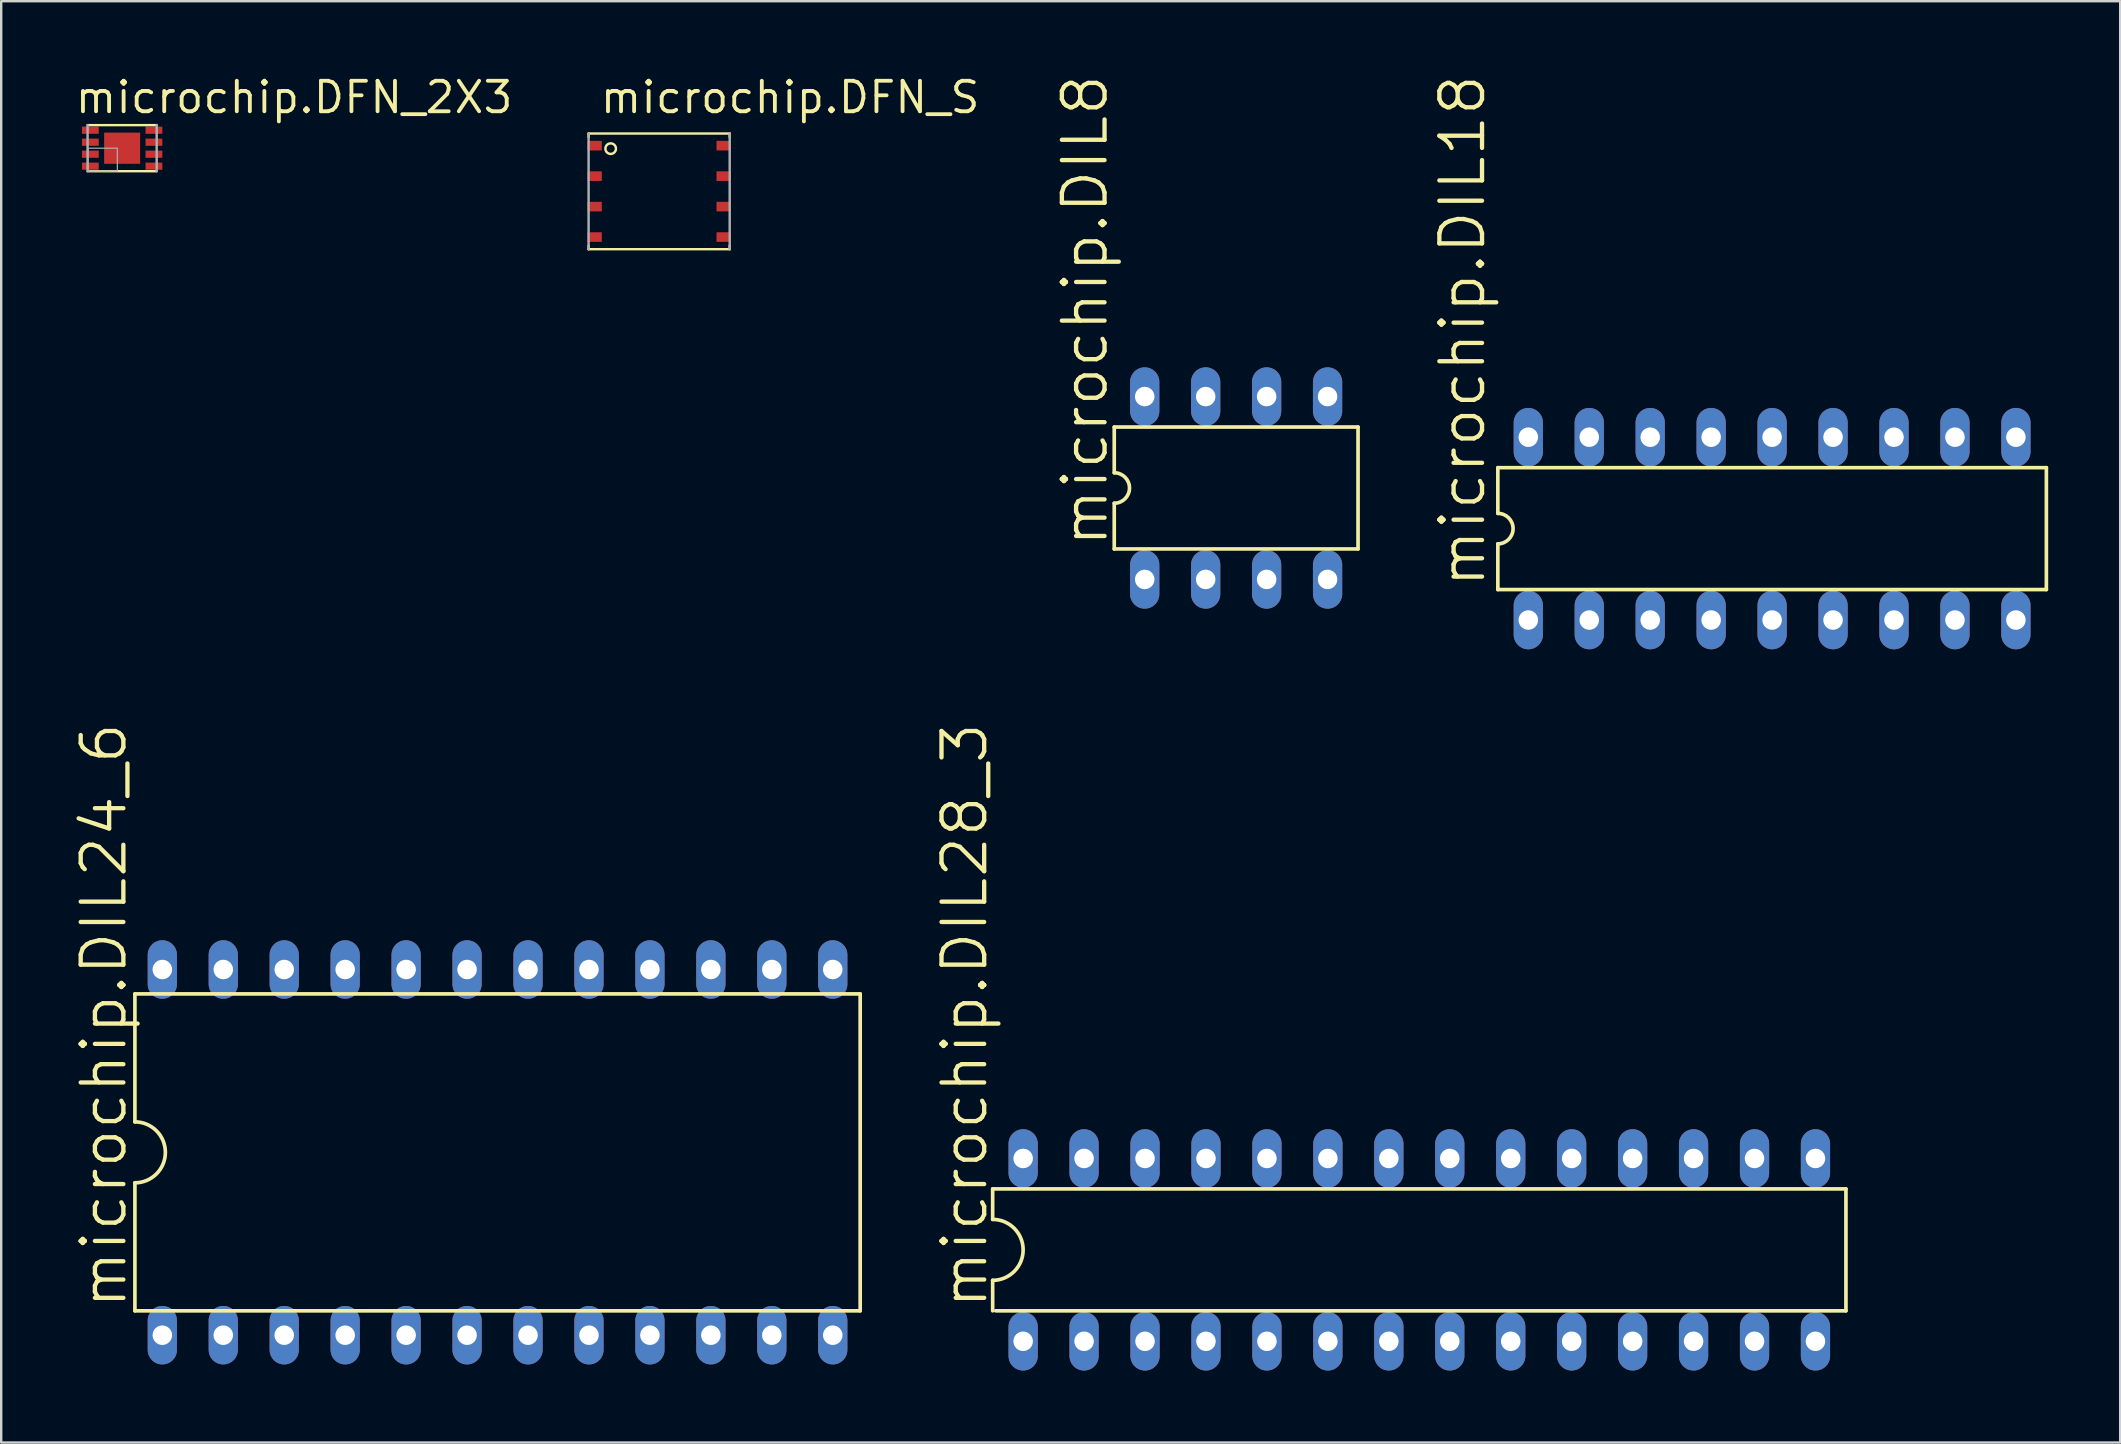
<source format=kicad_pcb>
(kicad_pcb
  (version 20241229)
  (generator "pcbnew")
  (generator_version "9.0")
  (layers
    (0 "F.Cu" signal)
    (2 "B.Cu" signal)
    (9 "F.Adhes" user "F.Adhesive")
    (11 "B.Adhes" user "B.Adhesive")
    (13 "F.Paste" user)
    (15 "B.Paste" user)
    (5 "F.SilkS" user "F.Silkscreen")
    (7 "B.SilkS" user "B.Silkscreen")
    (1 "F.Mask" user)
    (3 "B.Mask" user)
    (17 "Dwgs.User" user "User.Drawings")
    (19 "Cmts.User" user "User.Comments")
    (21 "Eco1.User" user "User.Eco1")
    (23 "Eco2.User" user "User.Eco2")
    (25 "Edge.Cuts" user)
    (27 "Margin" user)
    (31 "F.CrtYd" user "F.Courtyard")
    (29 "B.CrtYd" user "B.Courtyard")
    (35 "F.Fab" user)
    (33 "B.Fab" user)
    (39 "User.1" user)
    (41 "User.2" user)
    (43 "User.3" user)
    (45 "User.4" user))
  (footprint "microchip.DIL8"
    (layer "F.Cu")
    (at 48.466 17.287)
    (property "Reference" "microchip.DIL8" (at -5.258 2.54 90) (layer "F.SilkS") (effects (font (size 1.778 1.778) (thickness 0.18)) (justify left bottom)))
    (attr through_hole)
    (fp_line (start -5.08 -2.54) (end -5.08 -0.635) (stroke (width 0.152) (type default)) (layer "F.SilkS"))
    (fp_line (start -5.08 -2.54) (end 5.08 -2.54) (stroke (width 0.152) (type default)) (layer "F.SilkS"))
    (fp_line (start -5.08 0.635) (end -5.08 2.54) (stroke (width 0.152) (type default)) (layer "F.SilkS"))
    (fp_line (start 5.08 2.54) (end -5.08 2.54) (stroke (width 0.152) (type default)) (layer "F.SilkS"))
    (fp_line (start 5.08 2.54) (end 5.08 -2.54) (stroke (width 0.152) (type default)) (layer "F.SilkS"))
    (fp_arc (start -5.08 -0.635) (mid -4.445 0) (end -5.08 0.635) (stroke (width 0.1524) (type default)) (layer "F.SilkS"))
    (pad "1" thru_hole oval (at -3.81 3.81 90) (size 2.438 1.219) (drill 0.813) (layers "*.Cu" "*.Mask"))
    (pad "2" thru_hole oval (at -1.27 3.81 90) (size 2.438 1.219) (drill 0.813) (layers "*.Cu" "*.Mask"))
    (pad "3" thru_hole oval (at 1.27 3.81 90) (size 2.438 1.219) (drill 0.813) (layers "*.Cu" "*.Mask"))
    (pad "4" thru_hole oval (at 3.81 3.81 90) (size 2.438 1.219) (drill 0.813) (layers "*.Cu" "*.Mask"))
    (pad "5" thru_hole oval (at 3.81 -3.81 90) (size 2.438 1.219) (drill 0.813) (layers "*.Cu" "*.Mask"))
    (pad "6" thru_hole oval (at 1.27 -3.81 90) (size 2.438 1.219) (drill 0.813) (layers "*.Cu" "*.Mask"))
    (pad "7" thru_hole oval (at -1.27 -3.81 90) (size 2.438 1.219) (drill 0.813) (layers "*.Cu" "*.Mask"))
    (pad "8" thru_hole oval (at -3.81 -3.81 90) (size 2.438 1.219) (drill 0.813) (layers "*.Cu" "*.Mask")))
  (footprint "microchip.DFN_2X3"
    (layer "F.Cu")
    (at 2.04 3.125)
    (property "Reference" "microchip.DFN_2X3" (at -2.04 -1.375 0) (layer "F.SilkS") (effects (font (size 1.27 1.27) (thickness 0.16)) (justify left bottom)))
    (attr smd)
    (fp_rect (start -1.725 -0.55) (end -0.925 -0.95) (stroke (width 0.05) (type default)) (fill yes) (layer "F.Mask"))
    (fp_rect (start -1.725 -0.05) (end -0.925 -0.45) (stroke (width 0.05) (type default)) (fill yes) (layer "F.Mask"))
    (fp_rect (start -1.725 0.45) (end -0.925 0.05) (stroke (width 0.05) (type default)) (fill yes) (layer "F.Mask"))
    (fp_rect (start -1.725 0.95) (end -0.925 0.55) (stroke (width 0.05) (type default)) (fill yes) (layer "F.Mask"))
    (fp_rect (start -0.8 0.7) (end 0.8 -0.7) (stroke (width 0.05) (type default)) (fill yes) (layer "F.Mask"))
    (fp_rect (start 0.925 -0.55) (end 1.725 -0.95) (stroke (width 0.05) (type default)) (fill yes) (layer "F.Mask"))
    (fp_rect (start 0.925 -0.05) (end 1.725 -0.45) (stroke (width 0.05) (type default)) (fill yes) (layer "F.Mask"))
    (fp_rect (start 0.925 0.45) (end 1.725 0.05) (stroke (width 0.05) (type default)) (fill yes) (layer "F.Mask"))
    (fp_rect (start 0.925 0.95) (end 1.725 0.55) (stroke (width 0.05) (type default)) (fill yes) (layer "F.Mask"))
    (fp_line (start -1.44 -0.96) (end 1.44 -0.96) (stroke (width 0.102) (type default)) (layer "F.SilkS"))
    (fp_line (start 1.44 0.96) (end -1.44 0.96) (stroke (width 0.102) (type default)) (layer "F.SilkS"))
    (fp_rect (start -1.65 -0.6) (end -1 -0.9) (stroke (width 0.05) (type default)) (fill yes) (layer "F.Paste"))
    (fp_rect (start -1.65 -0.1) (end -1 -0.4) (stroke (width 0.05) (type default)) (fill yes) (layer "F.Paste"))
    (fp_rect (start -1.65 0.4) (end -1 0.1) (stroke (width 0.05) (type default)) (fill yes) (layer "F.Paste"))
    (fp_rect (start -1.65 0.9) (end -1 0.6) (stroke (width 0.05) (type default)) (fill yes) (layer "F.Paste"))
    (fp_rect (start -0.725 0.625) (end 0.725 -0.625) (stroke (width 0.05) (type default)) (fill yes) (layer "F.Paste"))
    (fp_rect (start 1 -0.6) (end 1.65 -0.9) (stroke (width 0.05) (type default)) (fill yes) (layer "F.Paste"))
    (fp_rect (start 1 -0.1) (end 1.65 -0.4) (stroke (width 0.05) (type default)) (fill yes) (layer "F.Paste"))
    (fp_rect (start 1 0.4) (end 1.65 0.1) (stroke (width 0.05) (type default)) (fill yes) (layer "F.Paste"))
    (fp_rect (start 1 0.9) (end 1.65 0.6) (stroke (width 0.05) (type default)) (fill yes) (layer "F.Paste"))
    (fp_line (start -1.44 -0.96) (end -1.44 0.96) (stroke (width 0.102) (type default)) (layer "F.Fab"))
    (fp_line (start 1.44 0.96) (end 1.44 -0.96) (stroke (width 0.102) (type default)) (layer "F.Fab"))
    (fp_rect (start -1.425 0.95) (end -0.2 0) (stroke (width 0.05) (type default)) (fill no) (layer "F.Fab"))
    (pad "1" smd roundrect (at -1.325 -0.75) (size 0.7 0.3) (layers "F.Cu" "F.Mask" "F.Paste") (roundrect_rratio 0.01))
    (pad "2" smd roundrect (at -1.325 -0.25) (size 0.7 0.3) (layers "F.Cu" "F.Mask" "F.Paste") (roundrect_rratio 0.01))
    (pad "3" smd roundrect (at -1.325 0.25) (size 0.7 0.3) (layers "F.Cu" "F.Mask" "F.Paste") (roundrect_rratio 0.01))
    (pad "4" smd roundrect (at -1.325 0.75) (size 0.7 0.3) (layers "F.Cu" "F.Mask" "F.Paste") (roundrect_rratio 0.01))
    (pad "5" smd roundrect (at 1.325 0.75) (size 0.7 0.3) (layers "F.Cu" "F.Mask" "F.Paste") (roundrect_rratio 0.01))
    (pad "6" smd roundrect (at 1.325 0.25) (size 0.7 0.3) (layers "F.Cu" "F.Mask" "F.Paste") (roundrect_rratio 0.01))
    (pad "7" smd roundrect (at 1.325 -0.25) (size 0.7 0.3) (layers "F.Cu" "F.Mask" "F.Paste") (roundrect_rratio 0.01))
    (pad "8" smd roundrect (at 1.325 -0.75) (size 0.7 0.3) (layers "F.Cu" "F.Mask" "F.Paste") (roundrect_rratio 0.01))
    (pad "EXP" smd roundrect (at 0 0 90) (size 1.3 1.5) (layers "F.Cu" "F.Mask" "F.Paste") (roundrect_rratio 0.01)))
  (footprint "microchip.DIL28_3"
    (layer "F.Cu")
    (at 56.099 49.038)
    (property "Reference" "microchip.DIL28_3" (at -17.907 2.54 90) (layer "F.SilkS") (effects (font (size 1.778 1.778) (thickness 0.18)) (justify left bottom)))
    (attr through_hole)
    (fp_line (start -17.78 -2.54) (end -17.78 -1.27) (stroke (width 0.152) (type default)) (layer "F.SilkS"))
    (fp_line (start -17.78 -2.54) (end 17.78 -2.54) (stroke (width 0.152) (type default)) (layer "F.SilkS"))
    (fp_line (start -17.78 1.27) (end -17.78 2.54) (stroke (width 0.152) (type default)) (layer "F.SilkS"))
    (fp_line (start -17.653 2.54) (end 17.78 2.54) (stroke (width 0.152) (type default)) (layer "F.SilkS"))
    (fp_line (start 17.78 2.54) (end 17.78 -2.54) (stroke (width 0.152) (type default)) (layer "F.SilkS"))
    (fp_arc (start -17.78 -1.27) (mid -16.51 0) (end -17.78 1.27) (stroke (width 0.1524) (type default)) (layer "F.SilkS"))
    (pad "1" thru_hole oval (at -16.51 3.81 90) (size 2.438 1.219) (drill 0.813) (layers "*.Cu" "*.Mask"))
    (pad "2" thru_hole oval (at -13.97 3.81 90) (size 2.438 1.219) (drill 0.813) (layers "*.Cu" "*.Mask"))
    (pad "3" thru_hole oval (at -11.43 3.81 90) (size 2.438 1.219) (drill 0.813) (layers "*.Cu" "*.Mask"))
    (pad "4" thru_hole oval (at -8.89 3.81 90) (size 2.438 1.219) (drill 0.813) (layers "*.Cu" "*.Mask"))
    (pad "5" thru_hole oval (at -6.35 3.81 90) (size 2.438 1.219) (drill 0.813) (layers "*.Cu" "*.Mask"))
    (pad "6" thru_hole oval (at -3.81 3.81 90) (size 2.438 1.219) (drill 0.813) (layers "*.Cu" "*.Mask"))
    (pad "7" thru_hole oval (at -1.27 3.81 90) (size 2.438 1.219) (drill 0.813) (layers "*.Cu" "*.Mask"))
    (pad "8" thru_hole oval (at 1.27 3.81 90) (size 2.438 1.219) (drill 0.813) (layers "*.Cu" "*.Mask"))
    (pad "9" thru_hole oval (at 3.81 3.81 90) (size 2.438 1.219) (drill 0.813) (layers "*.Cu" "*.Mask"))
    (pad "10" thru_hole oval (at 6.35 3.81 90) (size 2.438 1.219) (drill 0.813) (layers "*.Cu" "*.Mask"))
    (pad "11" thru_hole oval (at 8.89 3.81 90) (size 2.438 1.219) (drill 0.813) (layers "*.Cu" "*.Mask"))
    (pad "12" thru_hole oval (at 11.43 3.81 90) (size 2.438 1.219) (drill 0.813) (layers "*.Cu" "*.Mask"))
    (pad "13" thru_hole oval (at 13.97 3.81 90) (size 2.438 1.219) (drill 0.813) (layers "*.Cu" "*.Mask"))
    (pad "14" thru_hole oval (at 16.51 3.81 90) (size 2.438 1.219) (drill 0.813) (layers "*.Cu" "*.Mask"))
    (pad "15" thru_hole oval (at 16.51 -3.81 90) (size 2.438 1.219) (drill 0.813) (layers "*.Cu" "*.Mask"))
    (pad "16" thru_hole oval (at 13.97 -3.81 90) (size 2.438 1.219) (drill 0.813) (layers "*.Cu" "*.Mask"))
    (pad "17" thru_hole oval (at 11.43 -3.81 90) (size 2.438 1.219) (drill 0.813) (layers "*.Cu" "*.Mask"))
    (pad "18" thru_hole oval (at 8.89 -3.81 90) (size 2.438 1.219) (drill 0.813) (layers "*.Cu" "*.Mask"))
    (pad "19" thru_hole oval (at 6.35 -3.81 90) (size 2.438 1.219) (drill 0.813) (layers "*.Cu" "*.Mask"))
    (pad "20" thru_hole oval (at 3.81 -3.81 90) (size 2.438 1.219) (drill 0.813) (layers "*.Cu" "*.Mask"))
    (pad "21" thru_hole oval (at 1.27 -3.81 90) (size 2.438 1.219) (drill 0.813) (layers "*.Cu" "*.Mask"))
    (pad "22" thru_hole oval (at -1.27 -3.81 90) (size 2.438 1.219) (drill 0.813) (layers "*.Cu" "*.Mask"))
    (pad "23" thru_hole oval (at -3.81 -3.81 90) (size 2.438 1.219) (drill 0.813) (layers "*.Cu" "*.Mask"))
    (pad "24" thru_hole oval (at -6.35 -3.81 90) (size 2.438 1.219) (drill 0.813) (layers "*.Cu" "*.Mask"))
    (pad "25" thru_hole oval (at -8.89 -3.81 90) (size 2.438 1.219) (drill 0.813) (layers "*.Cu" "*.Mask"))
    (pad "26" thru_hole oval (at -11.43 -3.81 90) (size 2.438 1.219) (drill 0.813) (layers "*.Cu" "*.Mask"))
    (pad "27" thru_hole oval (at -13.97 -3.81 90) (size 2.438 1.219) (drill 0.813) (layers "*.Cu" "*.Mask"))
    (pad "28" thru_hole oval (at -16.51 -3.81 90) (size 2.438 1.219) (drill 0.813) (layers "*.Cu" "*.Mask")))
  (footprint "microchip.DIL18"
    (layer "F.Cu")
    (at 70.802 18.98)
    (property "Reference" "microchip.DIL18" (at -11.862 2.54 90) (layer "F.SilkS") (effects (font (size 1.778 1.778) (thickness 0.18)) (justify left bottom)))
    (attr through_hole)
    (fp_line (start -11.43 -2.54) (end -11.43 -0.635) (stroke (width 0.152) (type default)) (layer "F.SilkS"))
    (fp_line (start -11.43 -2.54) (end 11.43 -2.54) (stroke (width 0.152) (type default)) (layer "F.SilkS"))
    (fp_line (start -11.43 0.635) (end -11.43 2.54) (stroke (width 0.152) (type default)) (layer "F.SilkS"))
    (fp_line (start 11.43 2.54) (end -11.43 2.54) (stroke (width 0.152) (type default)) (layer "F.SilkS"))
    (fp_line (start 11.43 2.54) (end 11.43 -2.54) (stroke (width 0.152) (type default)) (layer "F.SilkS"))
    (fp_arc (start -11.43 -0.635) (mid -10.795 0) (end -11.43 0.635) (stroke (width 0.1524) (type default)) (layer "F.SilkS"))
    (pad "1" thru_hole oval (at -10.16 3.81 90) (size 2.438 1.219) (drill 0.813) (layers "*.Cu" "*.Mask"))
    (pad "2" thru_hole oval (at -7.62 3.81 90) (size 2.438 1.219) (drill 0.813) (layers "*.Cu" "*.Mask"))
    (pad "3" thru_hole oval (at -5.08 3.81 90) (size 2.438 1.219) (drill 0.813) (layers "*.Cu" "*.Mask"))
    (pad "4" thru_hole oval (at -2.54 3.81 90) (size 2.438 1.219) (drill 0.813) (layers "*.Cu" "*.Mask"))
    (pad "5" thru_hole oval (at 0 3.81 90) (size 2.438 1.219) (drill 0.813) (layers "*.Cu" "*.Mask"))
    (pad "6" thru_hole oval (at 2.54 3.81 90) (size 2.438 1.219) (drill 0.813) (layers "*.Cu" "*.Mask"))
    (pad "7" thru_hole oval (at 5.08 3.81 90) (size 2.438 1.219) (drill 0.813) (layers "*.Cu" "*.Mask"))
    (pad "8" thru_hole oval (at 7.62 3.81 90) (size 2.438 1.219) (drill 0.813) (layers "*.Cu" "*.Mask"))
    (pad "9" thru_hole oval (at 10.16 3.81 90) (size 2.438 1.219) (drill 0.813) (layers "*.Cu" "*.Mask"))
    (pad "10" thru_hole oval (at 10.16 -3.81 90) (size 2.438 1.219) (drill 0.813) (layers "*.Cu" "*.Mask"))
    (pad "11" thru_hole oval (at 7.62 -3.81 90) (size 2.438 1.219) (drill 0.813) (layers "*.Cu" "*.Mask"))
    (pad "12" thru_hole oval (at 5.08 -3.81 90) (size 2.438 1.219) (drill 0.813) (layers "*.Cu" "*.Mask"))
    (pad "13" thru_hole oval (at 2.54 -3.81 90) (size 2.438 1.219) (drill 0.813) (layers "*.Cu" "*.Mask"))
    (pad "14" thru_hole oval (at 0 -3.81 90) (size 2.438 1.219) (drill 0.813) (layers "*.Cu" "*.Mask"))
    (pad "15" thru_hole oval (at -2.54 -3.81 90) (size 2.438 1.219) (drill 0.813) (layers "*.Cu" "*.Mask"))
    (pad "16" thru_hole oval (at -5.08 -3.81 90) (size 2.438 1.219) (drill 0.813) (layers "*.Cu" "*.Mask"))
    (pad "17" thru_hole oval (at -7.62 -3.81 90) (size 2.438 1.219) (drill 0.813) (layers "*.Cu" "*.Mask"))
    (pad "18" thru_hole oval (at -10.16 -3.81 90) (size 2.438 1.219) (drill 0.813) (layers "*.Cu" "*.Mask")))
  (footprint "microchip.DIL24_6"
    (layer "F.Cu")
    (at 17.685 44.974)
    (property "Reference" "microchip.DIL24_6" (at -15.367 6.604 90) (layer "F.SilkS") (effects (font (size 1.778 1.778) (thickness 0.18)) (justify left bottom)))
    (attr through_hole)
    (fp_line (start -15.113 -6.604) (end -15.113 -1.27) (stroke (width 0.152) (type default)) (layer "F.SilkS"))
    (fp_line (start -15.113 -6.604) (end 15.113 -6.604) (stroke (width 0.152) (type default)) (layer "F.SilkS"))
    (fp_line (start -15.113 1.27) (end -15.113 6.604) (stroke (width 0.152) (type default)) (layer "F.SilkS"))
    (fp_line (start -15.113 6.604) (end 15.113 6.604) (stroke (width 0.152) (type default)) (layer "F.SilkS"))
    (fp_line (start 15.113 6.604) (end 15.113 -6.604) (stroke (width 0.152) (type default)) (layer "F.SilkS"))
    (fp_arc (start -15.113 -1.27) (mid -13.843 0) (end -15.113 1.27) (stroke (width 0.1524) (type default)) (layer "F.SilkS"))
    (pad "1" thru_hole oval (at -13.97 7.62 90) (size 2.438 1.219) (drill 0.813) (layers "*.Cu" "*.Mask"))
    (pad "2" thru_hole oval (at -11.43 7.62 90) (size 2.438 1.219) (drill 0.813) (layers "*.Cu" "*.Mask"))
    (pad "3" thru_hole oval (at -8.89 7.62 90) (size 2.438 1.219) (drill 0.813) (layers "*.Cu" "*.Mask"))
    (pad "4" thru_hole oval (at -6.35 7.62 90) (size 2.438 1.219) (drill 0.813) (layers "*.Cu" "*.Mask"))
    (pad "5" thru_hole oval (at -3.81 7.62 90) (size 2.438 1.219) (drill 0.813) (layers "*.Cu" "*.Mask"))
    (pad "6" thru_hole oval (at -1.27 7.62 90) (size 2.438 1.219) (drill 0.813) (layers "*.Cu" "*.Mask"))
    (pad "7" thru_hole oval (at 1.27 7.62 90) (size 2.438 1.219) (drill 0.813) (layers "*.Cu" "*.Mask"))
    (pad "8" thru_hole oval (at 3.81 7.62 90) (size 2.438 1.219) (drill 0.813) (layers "*.Cu" "*.Mask"))
    (pad "9" thru_hole oval (at 6.35 7.62 90) (size 2.438 1.219) (drill 0.813) (layers "*.Cu" "*.Mask"))
    (pad "10" thru_hole oval (at 8.89 7.62 90) (size 2.438 1.219) (drill 0.813) (layers "*.Cu" "*.Mask"))
    (pad "11" thru_hole oval (at 11.43 7.62 90) (size 2.438 1.219) (drill 0.813) (layers "*.Cu" "*.Mask"))
    (pad "12" thru_hole oval (at 13.97 7.62 90) (size 2.438 1.219) (drill 0.813) (layers "*.Cu" "*.Mask"))
    (pad "13" thru_hole oval (at 13.97 -7.62 90) (size 2.438 1.219) (drill 0.813) (layers "*.Cu" "*.Mask"))
    (pad "14" thru_hole oval (at 11.43 -7.62 90) (size 2.438 1.219) (drill 0.813) (layers "*.Cu" "*.Mask"))
    (pad "15" thru_hole oval (at 8.89 -7.62 90) (size 2.438 1.219) (drill 0.813) (layers "*.Cu" "*.Mask"))
    (pad "16" thru_hole oval (at 6.35 -7.62 90) (size 2.438 1.219) (drill 0.813) (layers "*.Cu" "*.Mask"))
    (pad "17" thru_hole oval (at 3.81 -7.62 90) (size 2.438 1.219) (drill 0.813) (layers "*.Cu" "*.Mask"))
    (pad "18" thru_hole oval (at 1.27 -7.62 90) (size 2.438 1.219) (drill 0.813) (layers "*.Cu" "*.Mask"))
    (pad "19" thru_hole oval (at -1.27 -7.62 90) (size 2.438 1.219) (drill 0.813) (layers "*.Cu" "*.Mask"))
    (pad "20" thru_hole oval (at -3.81 -7.62 90) (size 2.438 1.219) (drill 0.813) (layers "*.Cu" "*.Mask"))
    (pad "21" thru_hole oval (at -6.35 -7.62 90) (size 2.438 1.219) (drill 0.813) (layers "*.Cu" "*.Mask"))
    (pad "22" thru_hole oval (at -8.89 -7.62 90) (size 2.438 1.219) (drill 0.813) (layers "*.Cu" "*.Mask"))
    (pad "23" thru_hole oval (at -11.43 -7.62 90) (size 2.438 1.219) (drill 0.813) (layers "*.Cu" "*.Mask"))
    (pad "24" thru_hole oval (at -13.97 -7.62 90) (size 2.438 1.219) (drill 0.813) (layers "*.Cu" "*.Mask")))
  (footprint "microchip.DFN_S"
    (layer "F.Cu")
    (at 24.42 4.925)
    (property "Reference" "microchip.DFN_S" (at -2.54 -3.175 0) (layer "F.SilkS") (effects (font (size 1.27 1.27) (thickness 0.16)) (justify left bottom)))
    (attr smd)
    (fp_line (start -2.94 -2.41) (end -2.94 -2.26) (stroke (width 0.102) (type default)) (layer "F.SilkS"))
    (fp_line (start -2.94 -2.41) (end 2.94 -2.41) (stroke (width 0.102) (type default)) (layer "F.SilkS"))
    (fp_line (start -2.94 2.41) (end -2.94 2.26) (stroke (width 0.102) (type default)) (layer "F.SilkS"))
    (fp_line (start 2.94 -2.41) (end 2.94 -2.26) (stroke (width 0.102) (type default)) (layer "F.SilkS"))
    (fp_line (start 2.94 2.41) (end -2.94 2.41) (stroke (width 0.102) (type default)) (layer "F.SilkS"))
    (fp_line (start 2.94 2.41) (end 2.94 2.26) (stroke (width 0.102) (type default)) (layer "F.SilkS"))
    (fp_circle (center -2.02 -1.78) (end -1.8 -1.78) (stroke (width 0.102) (type default)) (fill no) (layer "F.SilkS"))
    (fp_line (start -2.94 -2.41) (end -2.94 2.41) (stroke (width 0.102) (type default)) (layer "F.Fab"))
    (fp_line (start 2.94 2.41) (end 2.94 -2.41) (stroke (width 0.102) (type default)) (layer "F.Fab"))
    (pad "1" smd roundrect (at -2.69 -1.905 90) (size 0.4 0.6) (layers "F.Cu" "F.Mask" "F.Paste") (roundrect_rratio 0.01))
    (pad "2" smd roundrect (at -2.69 -0.635 90) (size 0.4 0.6) (layers "F.Cu" "F.Mask" "F.Paste") (roundrect_rratio 0.01))
    (pad "3" smd roundrect (at -2.69 0.635 90) (size 0.4 0.6) (layers "F.Cu" "F.Mask" "F.Paste") (roundrect_rratio 0.01))
    (pad "4" smd roundrect (at -2.69 1.905 90) (size 0.4 0.6) (layers "F.Cu" "F.Mask" "F.Paste") (roundrect_rratio 0.01))
    (pad "5" smd roundrect (at 2.69 1.905 270) (size 0.4 0.6) (layers "F.Cu" "F.Mask" "F.Paste") (roundrect_rratio 0.01))
    (pad "6" smd roundrect (at 2.69 0.635 270) (size 0.4 0.6) (layers "F.Cu" "F.Mask" "F.Paste") (roundrect_rratio 0.01))
    (pad "7" smd roundrect (at 2.69 -0.635 270) (size 0.4 0.6) (layers "F.Cu" "F.Mask" "F.Paste") (roundrect_rratio 0.01))
    (pad "8" smd roundrect (at 2.69 -1.905 270) (size 0.4 0.6) (layers "F.Cu" "F.Mask" "F.Paste") (roundrect_rratio 0.01)))
  (gr_rect
    (start -3 -3)
    (end 85.308 57.067)
    (stroke (width 0.1) (type default))
    (fill no)
    (layer "Edge.Cuts")))
</source>
